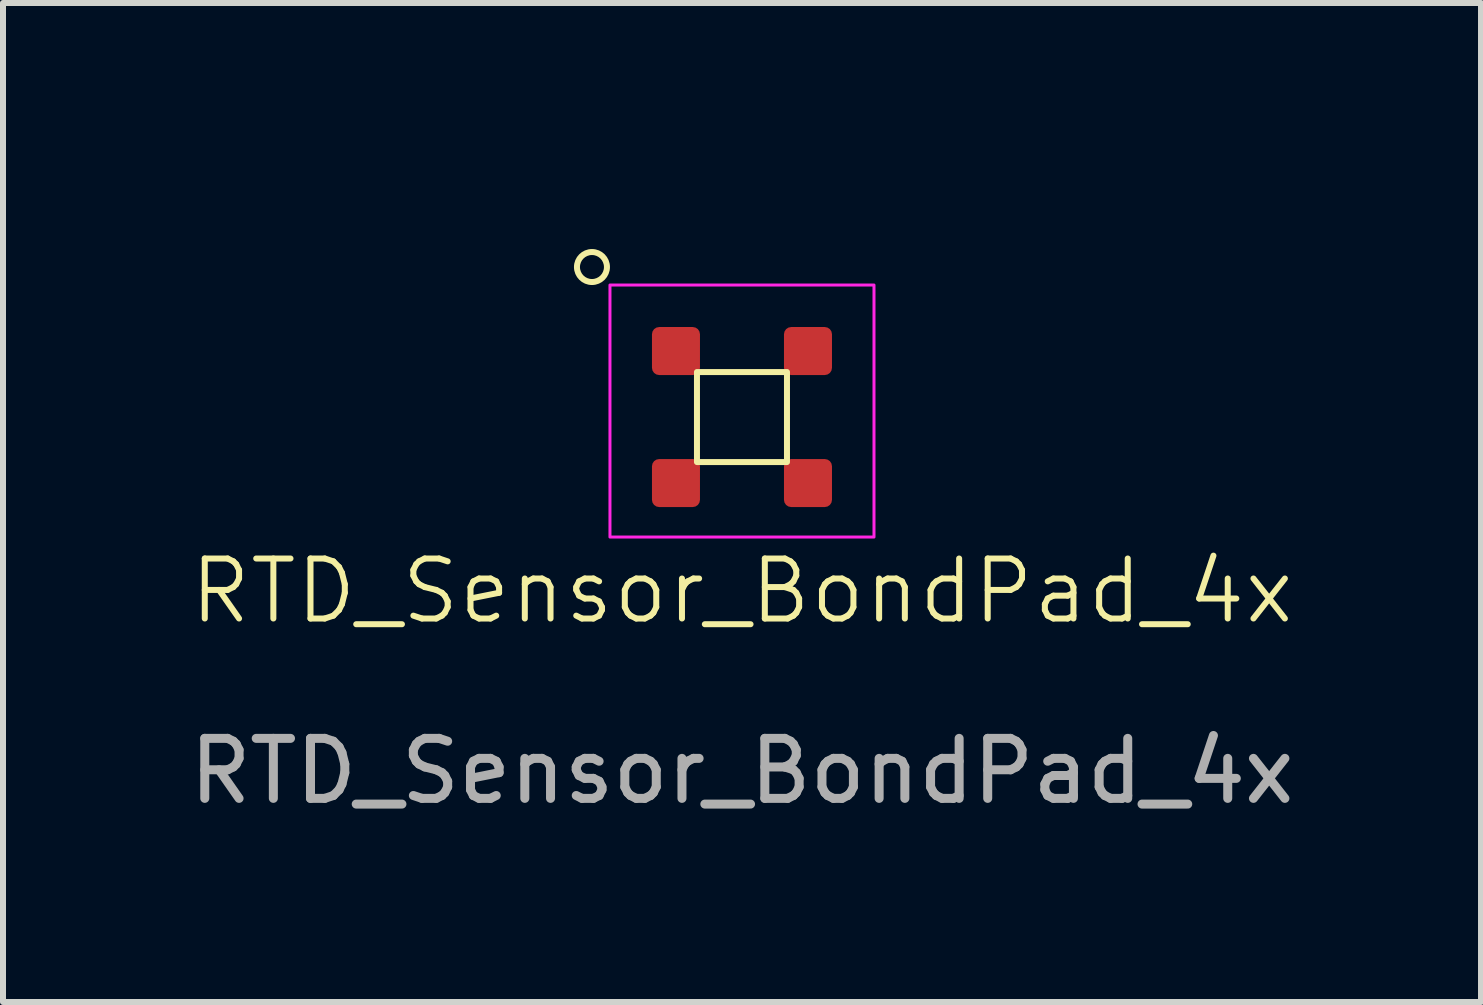
<source format=kicad_pcb>
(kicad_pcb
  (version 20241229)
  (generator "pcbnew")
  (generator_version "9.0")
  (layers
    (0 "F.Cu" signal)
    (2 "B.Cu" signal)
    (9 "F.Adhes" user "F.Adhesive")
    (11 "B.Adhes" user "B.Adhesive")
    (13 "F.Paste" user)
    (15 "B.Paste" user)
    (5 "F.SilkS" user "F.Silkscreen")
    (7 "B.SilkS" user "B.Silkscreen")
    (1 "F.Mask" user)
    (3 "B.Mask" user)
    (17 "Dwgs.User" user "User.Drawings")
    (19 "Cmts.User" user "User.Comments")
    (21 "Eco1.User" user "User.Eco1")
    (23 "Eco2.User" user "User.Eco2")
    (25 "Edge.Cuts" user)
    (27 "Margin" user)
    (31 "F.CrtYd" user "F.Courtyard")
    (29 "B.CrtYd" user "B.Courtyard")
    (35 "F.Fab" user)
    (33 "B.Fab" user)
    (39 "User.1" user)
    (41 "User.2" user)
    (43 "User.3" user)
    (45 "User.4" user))
  (footprint "RTD_Sensor_BondPad_4x"
    (layer "F.Cu")
    (at 9.315 3.9)
    (property "Reference" "RTD_Sensor_BondPad_4x" (at 0 2.9 0) (unlocked yes) (layer "F.SilkS") (effects (font (size 1 1) (thickness 0.1))))
    (attr exclude_from_pos_files exclude_from_bom)
    (fp_rect (start -0.75 -0.75) (end 0.75 0.75) (stroke (width 0.1) (type default)) (fill no) (layer "F.SilkS"))
    (fp_circle (center -2.5 -2.5) (end -2.3 -2.35) (stroke (width 0.1) (type default)) (fill no) (layer "F.SilkS"))
    (fp_rect (start -2.2 -2.2) (end 2.2 2) (stroke (width 0.05) (type default)) (fill no) (layer "F.CrtYd"))
    (fp_text user "${REFERENCE}" (at 0 5.9 0) (unlocked yes) (layer "F.Fab") (effects (font (size 1 1) (thickness 0.15))))
    (fp_text user "Do Not Paste" (at -4.9 -2.45 0) (unlocked yes) (layer "User.1") (effects (font (size 1 1) (thickness 0.15)) (justify left bottom)))
    (pad "1" smd roundrect (at -1.1 -1.1) (size 0.8 0.8) (layers "F.Cu" "F.Mask" "F.Paste") (roundrect_rratio 0.15))
    (pad "2" smd roundrect (at 1.1 -1.1) (size 0.8 0.8) (layers "F.Cu" "F.Mask" "F.Paste") (roundrect_rratio 0.15))
    (pad "3" smd roundrect (at -1.1 1.1) (size 0.8 0.8) (layers "F.Cu" "F.Mask" "F.Paste") (roundrect_rratio 0.15))
    (pad "4" smd roundrect (at 1.1 1.1) (size 0.8 0.8) (layers "F.Cu" "F.Mask" "F.Paste") (roundrect_rratio 0.15)))
  (gr_rect
    (start -3 -3)
    (end 21.631 13.648)
    (stroke (width 0.1) (type default))
    (fill no)
    (layer "Edge.Cuts")))
</source>
